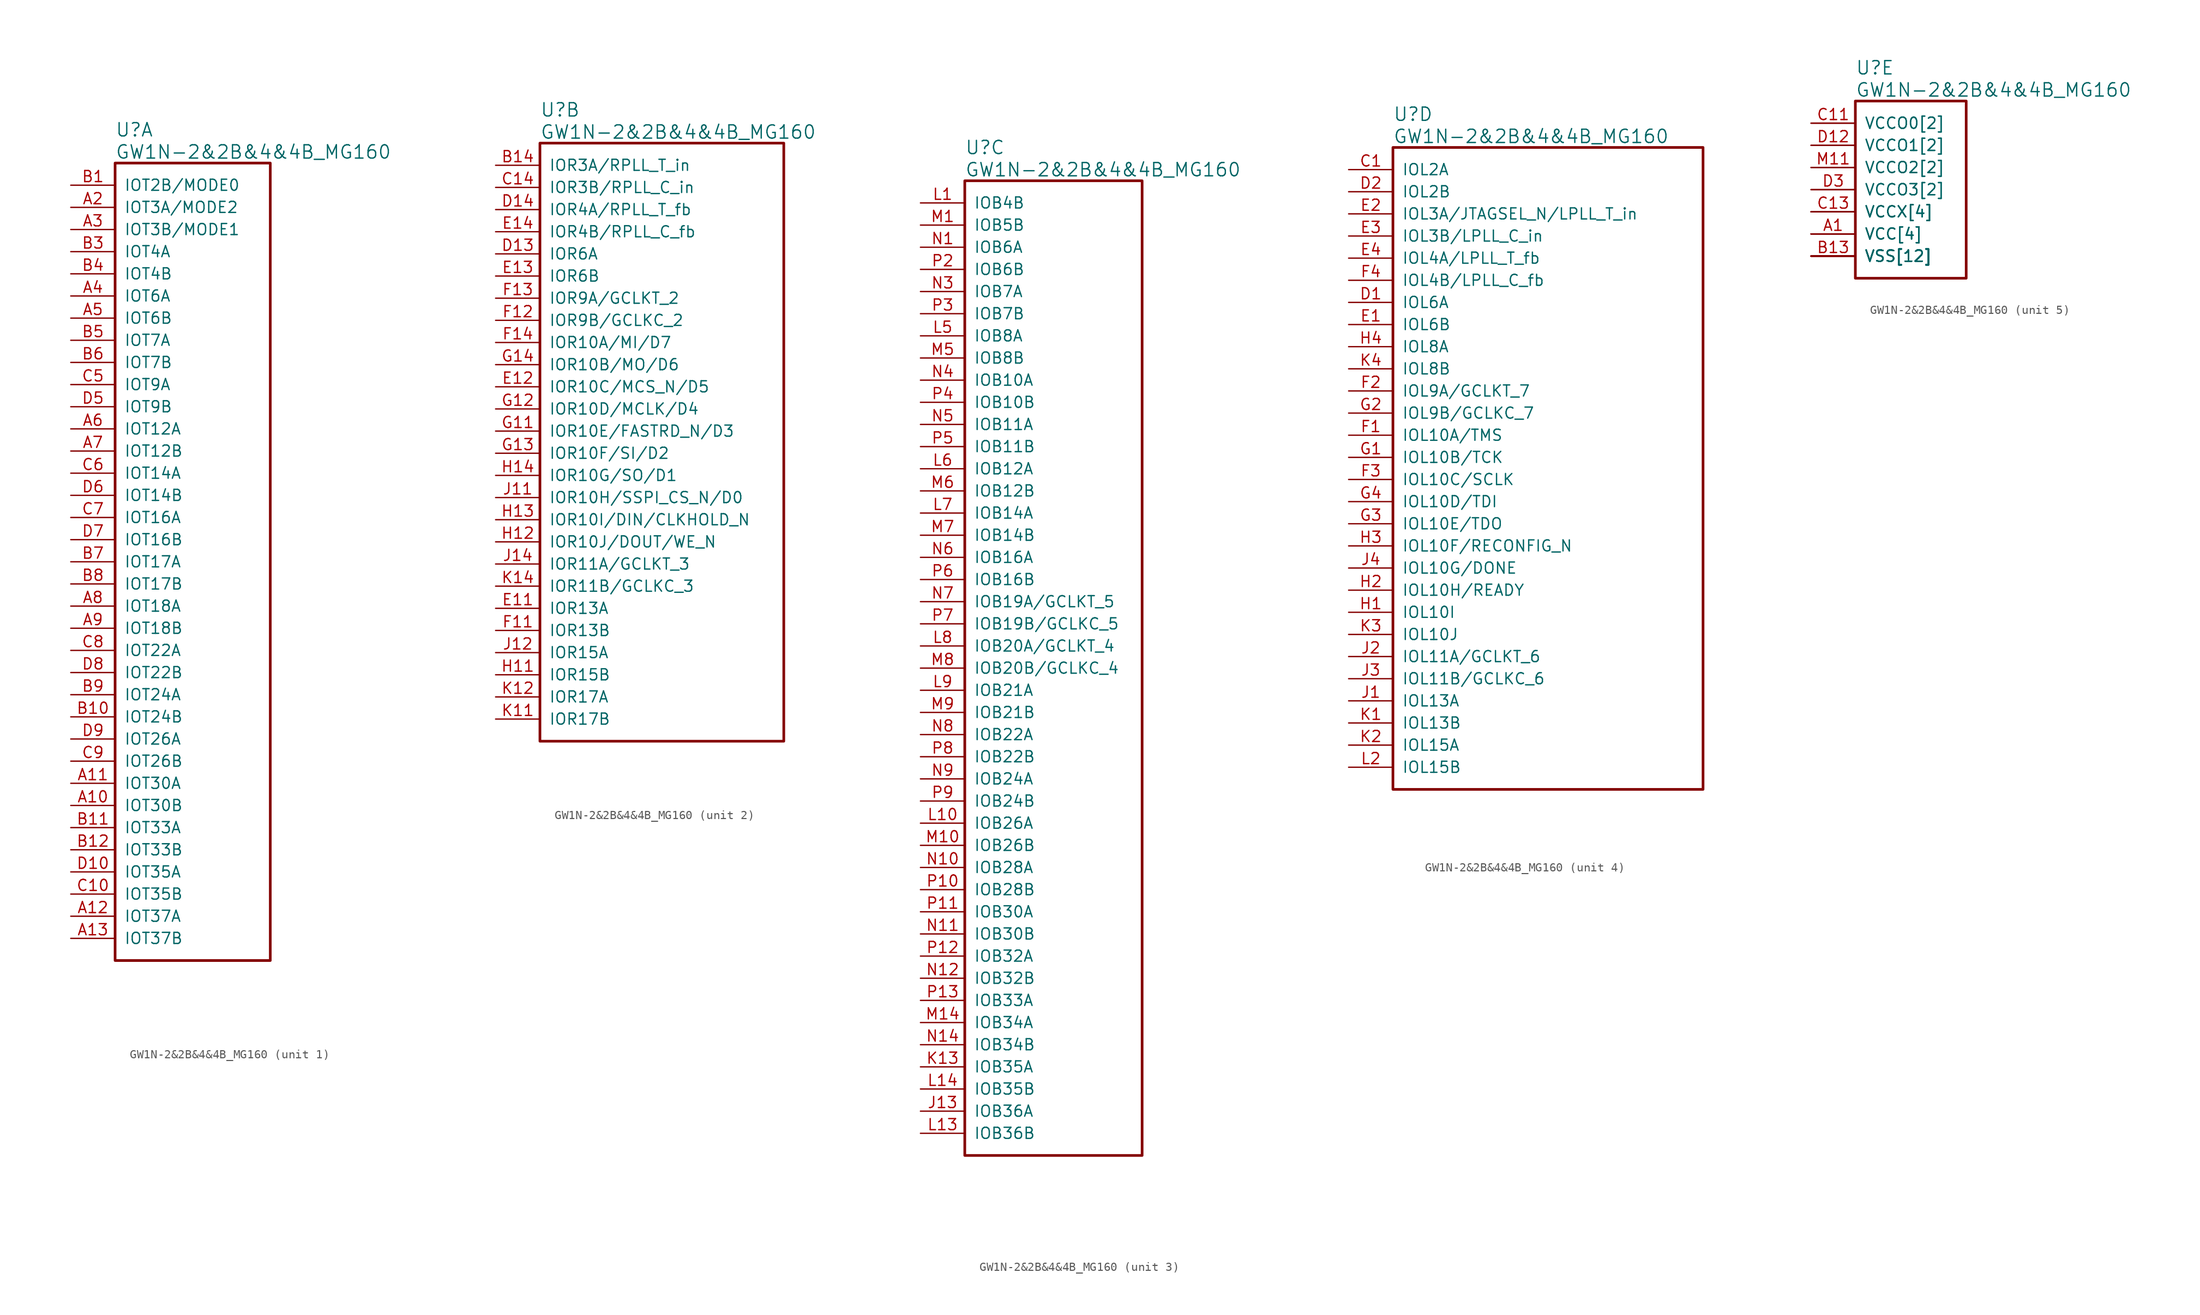
<source format=kicad_sym>
(kicad_symbol_lib
  (version 20241209)
  (generator "kicad_symbol_editor")
  (generator_version "9.0")
  (symbol "GW1N-2&2B&4&4B_MG160"
    (pin_names
      (offset 1.016))
    (property "Reference" "U"
      (at 5.08 6.35 0)
      (effects (font (size 1.524 1.524)) (justify left)))
    (property "Value" "GW1N-2&2B&4&4B_MG160"
      (at 5.08 3.81 0)
      (effects (font (size 1.524 1.524)) (justify left)))
    (property "ki_locked" ""
      (at 0 0 0)
      (effects (font (size 1.27 1.27))))
    (symbol "GW1N-2&2B&4&4B_MG160_1_1"
      (rectangle (start 5.08 2.54) (end 22.86 -88.9) (stroke (width 0.305) (type solid)) (fill (type none)))
      (pin bidirectional line (at 0 0 0) (length 5.08) (name "IOT2B/MODE0" (effects (font (size 1.27 1.27)))) (number "B1" (effects (font (size 1.27 1.27)))))
      (pin bidirectional line (at 0 -2.54 0) (length 5.08) (name "IOT3A/MODE2" (effects (font (size 1.27 1.27)))) (number "A2" (effects (font (size 1.27 1.27)))))
      (pin bidirectional line (at 0 -5.08 0) (length 5.08) (name "IOT3B/MODE1" (effects (font (size 1.27 1.27)))) (number "A3" (effects (font (size 1.27 1.27)))))
      (pin bidirectional line (at 0 -7.62 0) (length 5.08) (name "IOT4A" (effects (font (size 1.27 1.27)))) (number "B3" (effects (font (size 1.27 1.27)))))
      (pin bidirectional line (at 0 -10.16 0) (length 5.08) (name "IOT4B" (effects (font (size 1.27 1.27)))) (number "B4" (effects (font (size 1.27 1.27)))))
      (pin bidirectional line (at 0 -12.7 0) (length 5.08) (name "IOT6A" (effects (font (size 1.27 1.27)))) (number "A4" (effects (font (size 1.27 1.27)))))
      (pin bidirectional line (at 0 -15.24 0) (length 5.08) (name "IOT6B" (effects (font (size 1.27 1.27)))) (number "A5" (effects (font (size 1.27 1.27)))))
      (pin bidirectional line (at 0 -17.78 0) (length 5.08) (name "IOT7A" (effects (font (size 1.27 1.27)))) (number "B5" (effects (font (size 1.27 1.27)))))
      (pin bidirectional line (at 0 -20.32 0) (length 5.08) (name "IOT7B" (effects (font (size 1.27 1.27)))) (number "B6" (effects (font (size 1.27 1.27)))))
      (pin bidirectional line (at 0 -22.86 0) (length 5.08) (name "IOT9A" (effects (font (size 1.27 1.27)))) (number "C5" (effects (font (size 1.27 1.27)))))
      (pin bidirectional line (at 0 -25.4 0) (length 5.08) (name "IOT9B" (effects (font (size 1.27 1.27)))) (number "D5" (effects (font (size 1.27 1.27)))))
      (pin bidirectional line (at 0 -27.94 0) (length 5.08) (name "IOT12A" (effects (font (size 1.27 1.27)))) (number "A6" (effects (font (size 1.27 1.27)))))
      (pin bidirectional line (at 0 -30.48 0) (length 5.08) (name "IOT12B" (effects (font (size 1.27 1.27)))) (number "A7" (effects (font (size 1.27 1.27)))))
      (pin bidirectional line (at 0 -33.02 0) (length 5.08) (name "IOT14A" (effects (font (size 1.27 1.27)))) (number "C6" (effects (font (size 1.27 1.27)))))
      (pin bidirectional line (at 0 -35.56 0) (length 5.08) (name "IOT14B" (effects (font (size 1.27 1.27)))) (number "D6" (effects (font (size 1.27 1.27)))))
      (pin bidirectional line (at 0 -38.1 0) (length 5.08) (name "IOT16A" (effects (font (size 1.27 1.27)))) (number "C7" (effects (font (size 1.27 1.27)))))
      (pin bidirectional line (at 0 -40.64 0) (length 5.08) (name "IOT16B" (effects (font (size 1.27 1.27)))) (number "D7" (effects (font (size 1.27 1.27)))))
      (pin bidirectional line (at 0 -43.18 0) (length 5.08) (name "IOT17A" (effects (font (size 1.27 1.27)))) (number "B7" (effects (font (size 1.27 1.27)))))
      (pin bidirectional line (at 0 -45.72 0) (length 5.08) (name "IOT17B" (effects (font (size 1.27 1.27)))) (number "B8" (effects (font (size 1.27 1.27)))))
      (pin bidirectional line (at 0 -48.26 0) (length 5.08) (name "IOT18A" (effects (font (size 1.27 1.27)))) (number "A8" (effects (font (size 1.27 1.27)))))
      (pin bidirectional line (at 0 -50.8 0) (length 5.08) (name "IOT18B" (effects (font (size 1.27 1.27)))) (number "A9" (effects (font (size 1.27 1.27)))))
      (pin bidirectional line (at 0 -53.34 0) (length 5.08) (name "IOT22A" (effects (font (size 1.27 1.27)))) (number "C8" (effects (font (size 1.27 1.27)))))
      (pin bidirectional line (at 0 -55.88 0) (length 5.08) (name "IOT22B" (effects (font (size 1.27 1.27)))) (number "D8" (effects (font (size 1.27 1.27)))))
      (pin bidirectional line (at 0 -58.42 0) (length 5.08) (name "IOT24A" (effects (font (size 1.27 1.27)))) (number "B9" (effects (font (size 1.27 1.27)))))
      (pin bidirectional line (at 0 -60.96 0) (length 5.08) (name "IOT24B" (effects (font (size 1.27 1.27)))) (number "B10" (effects (font (size 1.27 1.27)))))
      (pin bidirectional line (at 0 -63.5 0) (length 5.08) (name "IOT26A" (effects (font (size 1.27 1.27)))) (number "D9" (effects (font (size 1.27 1.27)))))
      (pin bidirectional line (at 0 -66.04 0) (length 5.08) (name "IOT26B" (effects (font (size 1.27 1.27)))) (number "C9" (effects (font (size 1.27 1.27)))))
      (pin bidirectional line (at 0 -68.58 0) (length 5.08) (name "IOT30A" (effects (font (size 1.27 1.27)))) (number "A11" (effects (font (size 1.27 1.27)))))
      (pin bidirectional line (at 0 -71.12 0) (length 5.08) (name "IOT30B" (effects (font (size 1.27 1.27)))) (number "A10" (effects (font (size 1.27 1.27)))))
      (pin bidirectional line (at 0 -73.66 0) (length 5.08) (name "IOT33A" (effects (font (size 1.27 1.27)))) (number "B11" (effects (font (size 1.27 1.27)))))
      (pin bidirectional line (at 0 -76.2 0) (length 5.08) (name "IOT33B" (effects (font (size 1.27 1.27)))) (number "B12" (effects (font (size 1.27 1.27)))))
      (pin bidirectional line (at 0 -78.74 0) (length 5.08) (name "IOT35A" (effects (font (size 1.27 1.27)))) (number "D10" (effects (font (size 1.27 1.27)))))
      (pin bidirectional line (at 0 -81.28 0) (length 5.08) (name "IOT35B" (effects (font (size 1.27 1.27)))) (number "C10" (effects (font (size 1.27 1.27)))))
      (pin bidirectional line (at 0 -83.82 0) (length 5.08) (name "IOT37A" (effects (font (size 1.27 1.27)))) (number "A12" (effects (font (size 1.27 1.27)))))
      (pin bidirectional line (at 0 -86.36 0) (length 5.08) (name "IOT37B" (effects (font (size 1.27 1.27)))) (number "A13" (effects (font (size 1.27 1.27))))))
    (symbol "GW1N-2&2B&4&4B_MG160_2_1"
      (rectangle (start 5.08 2.54) (end 33.02 -66.04) (stroke (width 0.305) (type solid)) (fill (type none)))
      (pin bidirectional line (at 0 0 0) (length 5.08) (name "IOR3A/RPLL_T_in" (effects (font (size 1.27 1.27)))) (number "B14" (effects (font (size 1.27 1.27)))))
      (pin bidirectional line (at 0 -2.54 0) (length 5.08) (name "IOR3B/RPLL_C_in" (effects (font (size 1.27 1.27)))) (number "C14" (effects (font (size 1.27 1.27)))))
      (pin bidirectional line (at 0 -5.08 0) (length 5.08) (name "IOR4A/RPLL_T_fb" (effects (font (size 1.27 1.27)))) (number "D14" (effects (font (size 1.27 1.27)))))
      (pin bidirectional line (at 0 -7.62 0) (length 5.08) (name "IOR4B/RPLL_C_fb" (effects (font (size 1.27 1.27)))) (number "E14" (effects (font (size 1.27 1.27)))))
      (pin bidirectional line (at 0 -10.16 0) (length 5.08) (name "IOR6A" (effects (font (size 1.27 1.27)))) (number "D13" (effects (font (size 1.27 1.27)))))
      (pin bidirectional line (at 0 -12.7 0) (length 5.08) (name "IOR6B" (effects (font (size 1.27 1.27)))) (number "E13" (effects (font (size 1.27 1.27)))))
      (pin bidirectional line (at 0 -15.24 0) (length 5.08) (name "IOR9A/GCLKT_2" (effects (font (size 1.27 1.27)))) (number "F13" (effects (font (size 1.27 1.27)))))
      (pin bidirectional line (at 0 -17.78 0) (length 5.08) (name "IOR9B/GCLKC_2" (effects (font (size 1.27 1.27)))) (number "F12" (effects (font (size 1.27 1.27)))))
      (pin bidirectional line (at 0 -20.32 0) (length 5.08) (name "IOR10A/MI/D7" (effects (font (size 1.27 1.27)))) (number "F14" (effects (font (size 1.27 1.27)))))
      (pin bidirectional line (at 0 -22.86 0) (length 5.08) (name "IOR10B/MO/D6" (effects (font (size 1.27 1.27)))) (number "G14" (effects (font (size 1.27 1.27)))))
      (pin bidirectional line (at 0 -25.4 0) (length 5.08) (name "IOR10C/MCS_N/D5" (effects (font (size 1.27 1.27)))) (number "E12" (effects (font (size 1.27 1.27)))))
      (pin bidirectional line (at 0 -27.94 0) (length 5.08) (name "IOR10D/MCLK/D4" (effects (font (size 1.27 1.27)))) (number "G12" (effects (font (size 1.27 1.27)))))
      (pin bidirectional line (at 0 -30.48 0) (length 5.08) (name "IOR10E/FASTRD_N/D3" (effects (font (size 1.27 1.27)))) (number "G11" (effects (font (size 1.27 1.27)))))
      (pin bidirectional line (at 0 -33.02 0) (length 5.08) (name "IOR10F/SI/D2" (effects (font (size 1.27 1.27)))) (number "G13" (effects (font (size 1.27 1.27)))))
      (pin bidirectional line (at 0 -35.56 0) (length 5.08) (name "IOR10G/SO/D1" (effects (font (size 1.27 1.27)))) (number "H14" (effects (font (size 1.27 1.27)))))
      (pin bidirectional line (at 0 -38.1 0) (length 5.08) (name "IOR10H/SSPI_CS_N/D0" (effects (font (size 1.27 1.27)))) (number "J11" (effects (font (size 1.27 1.27)))))
      (pin bidirectional line (at 0 -40.64 0) (length 5.08) (name "IOR10I/DIN/CLKHOLD_N" (effects (font (size 1.27 1.27)))) (number "H13" (effects (font (size 1.27 1.27)))))
      (pin bidirectional line (at 0 -43.18 0) (length 5.08) (name "IOR10J/DOUT/WE_N" (effects (font (size 1.27 1.27)))) (number "H12" (effects (font (size 1.27 1.27)))))
      (pin bidirectional line (at 0 -45.72 0) (length 5.08) (name "IOR11A/GCLKT_3" (effects (font (size 1.27 1.27)))) (number "J14" (effects (font (size 1.27 1.27)))))
      (pin bidirectional line (at 0 -48.26 0) (length 5.08) (name "IOR11B/GCLKC_3" (effects (font (size 1.27 1.27)))) (number "K14" (effects (font (size 1.27 1.27)))))
      (pin bidirectional line (at 0 -50.8 0) (length 5.08) (name "IOR13A" (effects (font (size 1.27 1.27)))) (number "E11" (effects (font (size 1.27 1.27)))))
      (pin bidirectional line (at 0 -53.34 0) (length 5.08) (name "IOR13B" (effects (font (size 1.27 1.27)))) (number "F11" (effects (font (size 1.27 1.27)))))
      (pin bidirectional line (at 0 -55.88 0) (length 5.08) (name "IOR15A" (effects (font (size 1.27 1.27)))) (number "J12" (effects (font (size 1.27 1.27)))))
      (pin bidirectional line (at 0 -58.42 0) (length 5.08) (name "IOR15B" (effects (font (size 1.27 1.27)))) (number "H11" (effects (font (size 1.27 1.27)))))
      (pin bidirectional line (at 0 -60.96 0) (length 5.08) (name "IOR17A" (effects (font (size 1.27 1.27)))) (number "K12" (effects (font (size 1.27 1.27)))))
      (pin bidirectional line (at 0 -63.5 0) (length 5.08) (name "IOR17B" (effects (font (size 1.27 1.27)))) (number "K11" (effects (font (size 1.27 1.27))))))
    (symbol "GW1N-2&2B&4&4B_MG160_3_1"
      (rectangle (start 5.08 2.54) (end 25.4 -109.22) (stroke (width 0.305) (type solid)) (fill (type none)))
      (pin bidirectional line (at 0 0 0) (length 5.08) (name "IOB4B" (effects (font (size 1.27 1.27)))) (number "L1" (effects (font (size 1.27 1.27)))))
      (pin bidirectional line (at 0 -2.54 0) (length 5.08) (name "IOB5B" (effects (font (size 1.27 1.27)))) (number "M1" (effects (font (size 1.27 1.27)))))
      (pin bidirectional line (at 0 -5.08 0) (length 5.08) (name "IOB6A" (effects (font (size 1.27 1.27)))) (number "N1" (effects (font (size 1.27 1.27)))))
      (pin bidirectional line (at 0 -7.62 0) (length 5.08) (name "IOB6B" (effects (font (size 1.27 1.27)))) (number "P2" (effects (font (size 1.27 1.27)))))
      (pin bidirectional line (at 0 -10.16 0) (length 5.08) (name "IOB7A" (effects (font (size 1.27 1.27)))) (number "N3" (effects (font (size 1.27 1.27)))))
      (pin bidirectional line (at 0 -12.7 0) (length 5.08) (name "IOB7B" (effects (font (size 1.27 1.27)))) (number "P3" (effects (font (size 1.27 1.27)))))
      (pin bidirectional line (at 0 -15.24 0) (length 5.08) (name "IOB8A" (effects (font (size 1.27 1.27)))) (number "L5" (effects (font (size 1.27 1.27)))))
      (pin bidirectional line (at 0 -17.78 0) (length 5.08) (name "IOB8B" (effects (font (size 1.27 1.27)))) (number "M5" (effects (font (size 1.27 1.27)))))
      (pin bidirectional line (at 0 -20.32 0) (length 5.08) (name "IOB10A" (effects (font (size 1.27 1.27)))) (number "N4" (effects (font (size 1.27 1.27)))))
      (pin bidirectional line (at 0 -22.86 0) (length 5.08) (name "IOB10B" (effects (font (size 1.27 1.27)))) (number "P4" (effects (font (size 1.27 1.27)))))
      (pin bidirectional line (at 0 -25.4 0) (length 5.08) (name "IOB11A" (effects (font (size 1.27 1.27)))) (number "N5" (effects (font (size 1.27 1.27)))))
      (pin bidirectional line (at 0 -27.94 0) (length 5.08) (name "IOB11B" (effects (font (size 1.27 1.27)))) (number "P5" (effects (font (size 1.27 1.27)))))
      (pin bidirectional line (at 0 -30.48 0) (length 5.08) (name "IOB12A" (effects (font (size 1.27 1.27)))) (number "L6" (effects (font (size 1.27 1.27)))))
      (pin bidirectional line (at 0 -33.02 0) (length 5.08) (name "IOB12B" (effects (font (size 1.27 1.27)))) (number "M6" (effects (font (size 1.27 1.27)))))
      (pin bidirectional line (at 0 -35.56 0) (length 5.08) (name "IOB14A" (effects (font (size 1.27 1.27)))) (number "L7" (effects (font (size 1.27 1.27)))))
      (pin bidirectional line (at 0 -38.1 0) (length 5.08) (name "IOB14B" (effects (font (size 1.27 1.27)))) (number "M7" (effects (font (size 1.27 1.27)))))
      (pin bidirectional line (at 0 -40.64 0) (length 5.08) (name "IOB16A" (effects (font (size 1.27 1.27)))) (number "N6" (effects (font (size 1.27 1.27)))))
      (pin bidirectional line (at 0 -43.18 0) (length 5.08) (name "IOB16B" (effects (font (size 1.27 1.27)))) (number "P6" (effects (font (size 1.27 1.27)))))
      (pin bidirectional line (at 0 -45.72 0) (length 5.08) (name "IOB19A/GCLKT_5" (effects (font (size 1.27 1.27)))) (number "N7" (effects (font (size 1.27 1.27)))))
      (pin bidirectional line (at 0 -48.26 0) (length 5.08) (name "IOB19B/GCLKC_5" (effects (font (size 1.27 1.27)))) (number "P7" (effects (font (size 1.27 1.27)))))
      (pin bidirectional line (at 0 -50.8 0) (length 5.08) (name "IOB20A/GCLKT_4" (effects (font (size 1.27 1.27)))) (number "L8" (effects (font (size 1.27 1.27)))))
      (pin bidirectional line (at 0 -53.34 0) (length 5.08) (name "IOB20B/GCLKC_4" (effects (font (size 1.27 1.27)))) (number "M8" (effects (font (size 1.27 1.27)))))
      (pin bidirectional line (at 0 -55.88 0) (length 5.08) (name "IOB21A" (effects (font (size 1.27 1.27)))) (number "L9" (effects (font (size 1.27 1.27)))))
      (pin bidirectional line (at 0 -58.42 0) (length 5.08) (name "IOB21B" (effects (font (size 1.27 1.27)))) (number "M9" (effects (font (size 1.27 1.27)))))
      (pin bidirectional line (at 0 -60.96 0) (length 5.08) (name "IOB22A" (effects (font (size 1.27 1.27)))) (number "N8" (effects (font (size 1.27 1.27)))))
      (pin bidirectional line (at 0 -63.5 0) (length 5.08) (name "IOB22B" (effects (font (size 1.27 1.27)))) (number "P8" (effects (font (size 1.27 1.27)))))
      (pin bidirectional line (at 0 -66.04 0) (length 5.08) (name "IOB24A" (effects (font (size 1.27 1.27)))) (number "N9" (effects (font (size 1.27 1.27)))))
      (pin bidirectional line (at 0 -68.58 0) (length 5.08) (name "IOB24B" (effects (font (size 1.27 1.27)))) (number "P9" (effects (font (size 1.27 1.27)))))
      (pin bidirectional line (at 0 -71.12 0) (length 5.08) (name "IOB26A" (effects (font (size 1.27 1.27)))) (number "L10" (effects (font (size 1.27 1.27)))))
      (pin bidirectional line (at 0 -73.66 0) (length 5.08) (name "IOB26B" (effects (font (size 1.27 1.27)))) (number "M10" (effects (font (size 1.27 1.27)))))
      (pin bidirectional line (at 0 -76.2 0) (length 5.08) (name "IOB28A" (effects (font (size 1.27 1.27)))) (number "N10" (effects (font (size 1.27 1.27)))))
      (pin bidirectional line (at 0 -78.74 0) (length 5.08) (name "IOB28B" (effects (font (size 1.27 1.27)))) (number "P10" (effects (font (size 1.27 1.27)))))
      (pin bidirectional line (at 0 -81.28 0) (length 5.08) (name "IOB30A" (effects (font (size 1.27 1.27)))) (number "P11" (effects (font (size 1.27 1.27)))))
      (pin bidirectional line (at 0 -83.82 0) (length 5.08) (name "IOB30B" (effects (font (size 1.27 1.27)))) (number "N11" (effects (font (size 1.27 1.27)))))
      (pin bidirectional line (at 0 -86.36 0) (length 5.08) (name "IOB32A" (effects (font (size 1.27 1.27)))) (number "P12" (effects (font (size 1.27 1.27)))))
      (pin bidirectional line (at 0 -88.9 0) (length 5.08) (name "IOB32B" (effects (font (size 1.27 1.27)))) (number "N12" (effects (font (size 1.27 1.27)))))
      (pin bidirectional line (at 0 -91.44 0) (length 5.08) (name "IOB33A" (effects (font (size 1.27 1.27)))) (number "P13" (effects (font (size 1.27 1.27)))))
      (pin bidirectional line (at 0 -93.98 0) (length 5.08) (name "IOB34A" (effects (font (size 1.27 1.27)))) (number "M14" (effects (font (size 1.27 1.27)))))
      (pin bidirectional line (at 0 -96.52 0) (length 5.08) (name "IOB34B" (effects (font (size 1.27 1.27)))) (number "N14" (effects (font (size 1.27 1.27)))))
      (pin bidirectional line (at 0 -99.06 0) (length 5.08) (name "IOB35A" (effects (font (size 1.27 1.27)))) (number "K13" (effects (font (size 1.27 1.27)))))
      (pin bidirectional line (at 0 -101.6 0) (length 5.08) (name "IOB35B" (effects (font (size 1.27 1.27)))) (number "L14" (effects (font (size 1.27 1.27)))))
      (pin bidirectional line (at 0 -104.14 0) (length 5.08) (name "IOB36A" (effects (font (size 1.27 1.27)))) (number "J13" (effects (font (size 1.27 1.27)))))
      (pin bidirectional line (at 0 -106.68 0) (length 5.08) (name "IOB36B" (effects (font (size 1.27 1.27)))) (number "L13" (effects (font (size 1.27 1.27))))))
    (symbol "GW1N-2&2B&4&4B_MG160_4_1"
      (rectangle (start 5.08 2.54) (end 40.64 -71.12) (stroke (width 0.305) (type solid)) (fill (type none)))
      (pin bidirectional line (at 0 0 0) (length 5.08) (name "IOL2A" (effects (font (size 1.27 1.27)))) (number "C1" (effects (font (size 1.27 1.27)))))
      (pin bidirectional line (at 0 -2.54 0) (length 5.08) (name "IOL2B" (effects (font (size 1.27 1.27)))) (number "D2" (effects (font (size 1.27 1.27)))))
      (pin bidirectional line (at 0 -5.08 0) (length 5.08) (name "IOL3A/JTAGSEL_N/LPLL_T_in" (effects (font (size 1.27 1.27)))) (number "E2" (effects (font (size 1.27 1.27)))))
      (pin bidirectional line (at 0 -7.62 0) (length 5.08) (name "IOL3B/LPLL_C_in" (effects (font (size 1.27 1.27)))) (number "E3" (effects (font (size 1.27 1.27)))))
      (pin bidirectional line (at 0 -10.16 0) (length 5.08) (name "IOL4A/LPLL_T_fb" (effects (font (size 1.27 1.27)))) (number "E4" (effects (font (size 1.27 1.27)))))
      (pin bidirectional line (at 0 -12.7 0) (length 5.08) (name "IOL4B/LPLL_C_fb" (effects (font (size 1.27 1.27)))) (number "F4" (effects (font (size 1.27 1.27)))))
      (pin bidirectional line (at 0 -15.24 0) (length 5.08) (name "IOL6A" (effects (font (size 1.27 1.27)))) (number "D1" (effects (font (size 1.27 1.27)))))
      (pin bidirectional line (at 0 -17.78 0) (length 5.08) (name "IOL6B" (effects (font (size 1.27 1.27)))) (number "E1" (effects (font (size 1.27 1.27)))))
      (pin bidirectional line (at 0 -20.32 0) (length 5.08) (name "IOL8A" (effects (font (size 1.27 1.27)))) (number "H4" (effects (font (size 1.27 1.27)))))
      (pin bidirectional line (at 0 -22.86 0) (length 5.08) (name "IOL8B" (effects (font (size 1.27 1.27)))) (number "K4" (effects (font (size 1.27 1.27)))))
      (pin bidirectional line (at 0 -25.4 0) (length 5.08) (name "IOL9A/GCLKT_7" (effects (font (size 1.27 1.27)))) (number "F2" (effects (font (size 1.27 1.27)))))
      (pin bidirectional line (at 0 -27.94 0) (length 5.08) (name "IOL9B/GCLKC_7" (effects (font (size 1.27 1.27)))) (number "G2" (effects (font (size 1.27 1.27)))))
      (pin bidirectional line (at 0 -30.48 0) (length 5.08) (name "IOL10A/TMS" (effects (font (size 1.27 1.27)))) (number "F1" (effects (font (size 1.27 1.27)))))
      (pin bidirectional line (at 0 -33.02 0) (length 5.08) (name "IOL10B/TCK" (effects (font (size 1.27 1.27)))) (number "G1" (effects (font (size 1.27 1.27)))))
      (pin bidirectional line (at 0 -35.56 0) (length 5.08) (name "IOL10C/SCLK" (effects (font (size 1.27 1.27)))) (number "F3" (effects (font (size 1.27 1.27)))))
      (pin bidirectional line (at 0 -38.1 0) (length 5.08) (name "IOL10D/TDI" (effects (font (size 1.27 1.27)))) (number "G4" (effects (font (size 1.27 1.27)))))
      (pin bidirectional line (at 0 -40.64 0) (length 5.08) (name "IOL10E/TDO" (effects (font (size 1.27 1.27)))) (number "G3" (effects (font (size 1.27 1.27)))))
      (pin bidirectional line (at 0 -43.18 0) (length 5.08) (name "IOL10F/RECONFIG_N" (effects (font (size 1.27 1.27)))) (number "H3" (effects (font (size 1.27 1.27)))))
      (pin bidirectional line (at 0 -45.72 0) (length 5.08) (name "IOL10G/DONE" (effects (font (size 1.27 1.27)))) (number "J4" (effects (font (size 1.27 1.27)))))
      (pin bidirectional line (at 0 -48.26 0) (length 5.08) (name "IOL10H/READY" (effects (font (size 1.27 1.27)))) (number "H2" (effects (font (size 1.27 1.27)))))
      (pin bidirectional line (at 0 -50.8 0) (length 5.08) (name "IOL10I" (effects (font (size 1.27 1.27)))) (number "H1" (effects (font (size 1.27 1.27)))))
      (pin bidirectional line (at 0 -53.34 0) (length 5.08) (name "IOL10J" (effects (font (size 1.27 1.27)))) (number "K3" (effects (font (size 1.27 1.27)))))
      (pin bidirectional line (at 0 -55.88 0) (length 5.08) (name "IOL11A/GCLKT_6" (effects (font (size 1.27 1.27)))) (number "J2" (effects (font (size 1.27 1.27)))))
      (pin bidirectional line (at 0 -58.42 0) (length 5.08) (name "IOL11B/GCLKC_6" (effects (font (size 1.27 1.27)))) (number "J3" (effects (font (size 1.27 1.27)))))
      (pin bidirectional line (at 0 -60.96 0) (length 5.08) (name "IOL13A" (effects (font (size 1.27 1.27)))) (number "J1" (effects (font (size 1.27 1.27)))))
      (pin bidirectional line (at 0 -63.5 0) (length 5.08) (name "IOL13B" (effects (font (size 1.27 1.27)))) (number "K1" (effects (font (size 1.27 1.27)))))
      (pin bidirectional line (at 0 -66.04 0) (length 5.08) (name "IOL15A" (effects (font (size 1.27 1.27)))) (number "K2" (effects (font (size 1.27 1.27)))))
      (pin bidirectional line (at 0 -68.58 0) (length 5.08) (name "IOL15B" (effects (font (size 1.27 1.27)))) (number "L2" (effects (font (size 1.27 1.27))))))
    (symbol "GW1N-2&2B&4&4B_MG160_5_1"
      (rectangle (start 5.08 2.54) (end 17.78 -17.78) (stroke (width 0.305) (type solid)) (fill (type none)))
      (pin power_in line (at 0 0 0) (length 5.08) (name "VCCO0[2]" (effects (font (size 1.27 1.27)))) (number "C11" (effects (font (size 1.27 1.27)))))
      (pin power_in line (at 0 0 0) (length 5.08) (name "VCCO0[2]" (effects (font (size 1.27 1.27)))) (number "C4" (effects (font (size 0 0)))))
      (pin power_in line (at 0 -2.54 0) (length 5.08) (name "VCCO1[2]" (effects (font (size 1.27 1.27)))) (number "D12" (effects (font (size 1.27 1.27)))))
      (pin power_in line (at 0 -2.54 0) (length 5.08) (name "VCCO1[2]" (effects (font (size 1.27 1.27)))) (number "L12" (effects (font (size 0 0)))))
      (pin power_in line (at 0 -5.08 0) (length 5.08) (name "VCCO2[2]" (effects (font (size 1.27 1.27)))) (number "M11" (effects (font (size 1.27 1.27)))))
      (pin power_in line (at 0 -5.08 0) (length 5.08) (name "VCCO2[2]" (effects (font (size 1.27 1.27)))) (number "M4" (effects (font (size 0 0)))))
      (pin power_in line (at 0 -7.62 0) (length 5.08) (name "VCCO3[2]" (effects (font (size 1.27 1.27)))) (number "D3" (effects (font (size 1.27 1.27)))))
      (pin power_in line (at 0 -7.62 0) (length 5.08) (name "VCCO3[2]" (effects (font (size 1.27 1.27)))) (number "L3" (effects (font (size 0 0)))))
      (pin power_in line (at 0 -10.16 0) (length 5.08) (name "VCCX[4]" (effects (font (size 1.27 1.27)))) (number "C13" (effects (font (size 1.27 1.27)))))
      (pin power_in line (at 0 -10.16 0) (length 5.08) (name "VCCX[4]" (effects (font (size 1.27 1.27)))) (number "C2" (effects (font (size 0 0)))))
      (pin power_in line (at 0 -10.16 0) (length 5.08) (name "VCCX[4]" (effects (font (size 1.27 1.27)))) (number "M13" (effects (font (size 0 0)))))
      (pin power_in line (at 0 -10.16 0) (length 5.08) (name "VCCX[4]" (effects (font (size 1.27 1.27)))) (number "M2" (effects (font (size 0 0)))))
      (pin power_in line (at 0 -12.7 0) (length 5.08) (name "VCC[4]" (effects (font (size 1.27 1.27)))) (number "A1" (effects (font (size 1.27 1.27)))))
      (pin power_in line (at 0 -12.7 0) (length 5.08) (name "VCC[4]" (effects (font (size 1.27 1.27)))) (number "A14" (effects (font (size 0 0)))))
      (pin power_in line (at 0 -12.7 0) (length 5.08) (name "VCC[4]" (effects (font (size 1.27 1.27)))) (number "P1" (effects (font (size 0 0)))))
      (pin power_in line (at 0 -12.7 0) (length 5.08) (name "VCC[4]" (effects (font (size 1.27 1.27)))) (number "P14" (effects (font (size 0 0)))))
      (pin power_in line (at 0 -15.24 0) (length 5.08) (name "VSS[12]" (effects (font (size 1.27 1.27)))) (number "B13" (effects (font (size 1.27 1.27)))))
      (pin power_in line (at 0 -15.24 0) (length 5.08) (name "VSS[12]" (effects (font (size 1.27 1.27)))) (number "B2" (effects (font (size 0 0)))))
      (pin power_in line (at 0 -15.24 0) (length 5.08) (name "VSS[12]" (effects (font (size 1.27 1.27)))) (number "C12" (effects (font (size 0 0)))))
      (pin power_in line (at 0 -15.24 0) (length 5.08) (name "VSS[12]" (effects (font (size 1.27 1.27)))) (number "C3" (effects (font (size 0 0)))))
      (pin power_in line (at 0 -15.24 0) (length 5.08) (name "VSS[12]" (effects (font (size 1.27 1.27)))) (number "D11" (effects (font (size 0 0)))))
      (pin power_in line (at 0 -15.24 0) (length 5.08) (name "VSS[12]" (effects (font (size 1.27 1.27)))) (number "D4" (effects (font (size 0 0)))))
      (pin power_in line (at 0 -15.24 0) (length 5.08) (name "VSS[12]" (effects (font (size 1.27 1.27)))) (number "L11" (effects (font (size 0 0)))))
      (pin power_in line (at 0 -15.24 0) (length 5.08) (name "VSS[12]" (effects (font (size 1.27 1.27)))) (number "L4" (effects (font (size 0 0)))))
      (pin power_in line (at 0 -15.24 0) (length 5.08) (name "VSS[12]" (effects (font (size 1.27 1.27)))) (number "M12" (effects (font (size 0 0)))))
      (pin power_in line (at 0 -15.24 0) (length 5.08) (name "VSS[12]" (effects (font (size 1.27 1.27)))) (number "M3" (effects (font (size 0 0)))))
      (pin power_in line (at 0 -15.24 0) (length 5.08) (name "VSS[12]" (effects (font (size 1.27 1.27)))) (number "N13" (effects (font (size 0 0)))))
      (pin power_in line (at 0 -15.24 0) (length 5.08) (name "VSS[12]" (effects (font (size 1.27 1.27)))) (number "N2" (effects (font (size 0 0))))))))
</source>
